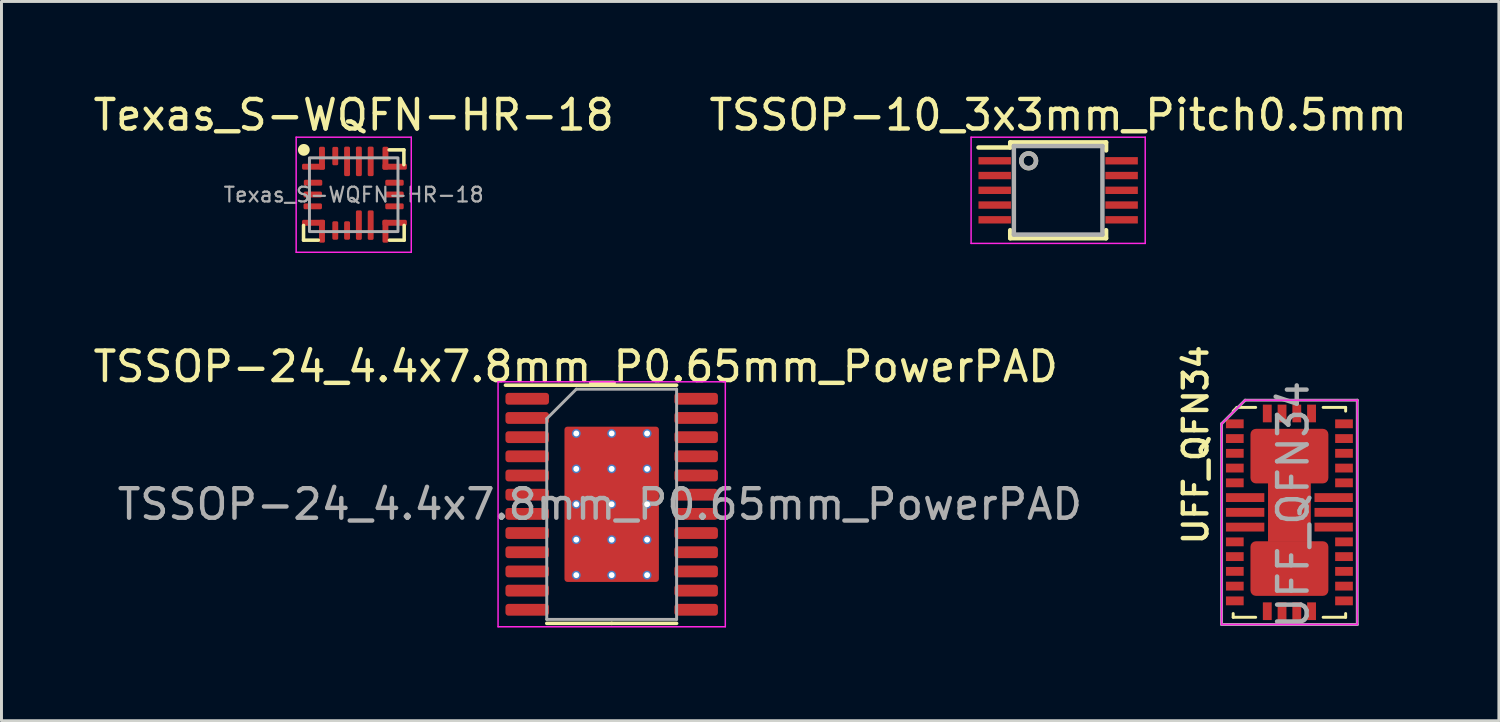
<source format=kicad_pcb>
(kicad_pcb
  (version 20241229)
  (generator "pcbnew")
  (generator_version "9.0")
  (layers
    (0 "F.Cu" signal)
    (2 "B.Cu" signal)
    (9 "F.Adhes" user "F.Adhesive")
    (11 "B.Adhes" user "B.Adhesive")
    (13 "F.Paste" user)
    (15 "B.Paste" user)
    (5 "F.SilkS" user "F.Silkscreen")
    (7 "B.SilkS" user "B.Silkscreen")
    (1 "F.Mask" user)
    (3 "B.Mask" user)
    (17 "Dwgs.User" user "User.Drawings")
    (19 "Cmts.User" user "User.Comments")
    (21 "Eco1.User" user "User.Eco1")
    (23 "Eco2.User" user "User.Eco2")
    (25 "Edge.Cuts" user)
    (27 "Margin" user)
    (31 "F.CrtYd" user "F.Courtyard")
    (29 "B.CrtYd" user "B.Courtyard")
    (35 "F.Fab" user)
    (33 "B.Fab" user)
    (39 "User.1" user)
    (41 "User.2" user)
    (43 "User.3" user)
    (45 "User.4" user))
  (footprint "UFF_QFN34"
    (layer "F.Cu")
    (at 40.64 14.31)
    (property "Reference" "UFF_QFN34" (at -3.175 -2.289 270) (layer "F.SilkS") (effects (font (size 0.8 0.8) (thickness 0.15))))
    (attr through_hole)
    (fp_line (start -1.905 3.556) (end -1.905 3.429) (stroke (width 0.1) (type solid)) (layer "F.SilkS"))
    (fp_line (start -1.778 -3.556) (end -1.905 -3.429) (stroke (width 0.1) (type solid)) (layer "F.SilkS"))
    (fp_line (start -1.143 -3.556) (end -1.778 -3.556) (stroke (width 0.1) (type solid)) (layer "F.SilkS"))
    (fp_line (start -1.143 3.556) (end -1.905 3.556) (stroke (width 0.1) (type solid)) (layer "F.SilkS"))
    (fp_line (start 1.143 -3.556) (end 1.905 -3.556) (stroke (width 0.1) (type solid)) (layer "F.SilkS"))
    (fp_line (start 1.143 3.556) (end 1.905 3.556) (stroke (width 0.1) (type solid)) (layer "F.SilkS"))
    (fp_line (start 1.905 -3.556) (end 1.905 -3.429) (stroke (width 0.1) (type solid)) (layer "F.SilkS"))
    (fp_line (start 1.905 3.556) (end 1.905 3.429) (stroke (width 0.1) (type solid)) (layer "F.SilkS"))
    (fp_line (start -2.3 -3) (end -1.5 -3.8) (stroke (width 0.05) (type solid)) (layer "F.CrtYd"))
    (fp_line (start -2.3 3.8) (end -2.3 -3) (stroke (width 0.05) (type solid)) (layer "F.CrtYd"))
    (fp_line (start -1.5 -3.8) (end 2.3 -3.8) (stroke (width 0.05) (type solid)) (layer "F.CrtYd"))
    (fp_line (start 2.3 -3.8) (end 2.3 3.8) (stroke (width 0.05) (type solid)) (layer "F.CrtYd"))
    (fp_line (start 2.3 3.8) (end -2.3 3.8) (stroke (width 0.05) (type solid)) (layer "F.CrtYd"))
    (fp_line (start -2.3 -3) (end -1.5 -3.8) (stroke (width 0.1) (type solid)) (layer "F.Fab"))
    (fp_line (start -2.3 3.8) (end -2.3 -3) (stroke (width 0.1) (type solid)) (layer "F.Fab"))
    (fp_line (start -1.5 -3.8) (end 2.3 -3.8) (stroke (width 0.1) (type solid)) (layer "F.Fab"))
    (fp_line (start 2.3 -3.8) (end 2.3 3.8) (stroke (width 0.1) (type solid)) (layer "F.Fab"))
    (fp_line (start 2.3 3.8) (end -2.3 3.8) (stroke (width 0.1) (type solid)) (layer "F.Fab"))
    (fp_text user "${REFERENCE}" (at 0.127 -0.254 270) (layer "F.Fab") (effects (font (size 1 1) (thickness 0.15))))
    (pad "1" smd rect (at -1.85 -3) (size 0.6 0.3) (layers "F.Cu" "F.Mask" "F.Paste"))
    (pad "2" smd rect (at -1.85 -2.5) (size 0.6 0.3) (layers "F.Cu" "F.Mask" "F.Paste"))
    (pad "3" smd rect (at -1.85 -2) (size 0.6 0.3) (layers "F.Cu" "F.Mask" "F.Paste"))
    (pad "4" smd rect (at -1.85 -1.5) (size 0.6 0.3) (layers "F.Cu" "F.Mask" "F.Paste"))
    (pad "5" smd rect (at -1.85 -1) (size 0.6 0.3) (layers "F.Cu" "F.Mask" "F.Paste"))
    (pad "6" smd rect (at -1.5 -0.5) (size 1.3 0.3) (layers "F.Cu" "F.Mask" "F.Paste"))
    (pad "7" smd rect (at -1.5 0) (size 1.3 0.3) (layers "F.Cu" "F.Mask" "F.Paste"))
    (pad "8" smd rect (at -1.5 0.5) (size 1.3 0.3) (layers "F.Cu" "F.Mask" "F.Paste"))
    (pad "9" smd rect (at -1.85 1) (size 0.6 0.3) (layers "F.Cu" "F.Mask" "F.Paste"))
    (pad "10" smd rect (at -1.85 1.5) (size 0.6 0.3) (layers "F.Cu" "F.Mask" "F.Paste"))
    (pad "11" smd rect (at -1.85 2) (size 0.6 0.3) (layers "F.Cu" "F.Mask" "F.Paste"))
    (pad "12" smd rect (at -1.85 2.5) (size 0.6 0.3) (layers "F.Cu" "F.Mask" "F.Paste"))
    (pad "13" smd rect (at -1.85 3) (size 0.6 0.3) (layers "F.Cu" "F.Mask" "F.Paste"))
    (pad "14" smd rect (at -0.75 3.35 90) (size 0.6 0.3) (layers "F.Cu" "F.Mask" "F.Paste"))
    (pad "15" smd rect (at -0.25 3.35 90) (size 0.6 0.3) (layers "F.Cu" "F.Mask" "F.Paste"))
    (pad "16" smd rect (at 0.25 3.35 90) (size 0.6 0.3) (layers "F.Cu" "F.Mask" "F.Paste"))
    (pad "17" smd rect (at 0.75 3.35 90) (size 0.6 0.3) (layers "F.Cu" "F.Mask" "F.Paste"))
    (pad "18" smd rect (at 1.85 3) (size 0.6 0.3) (layers "F.Cu" "F.Mask" "F.Paste"))
    (pad "19" smd rect (at 1.85 2.5) (size 0.6 0.3) (layers "F.Cu" "F.Mask" "F.Paste"))
    (pad "20" smd rect (at 1.85 2) (size 0.6 0.3) (layers "F.Cu" "F.Mask" "F.Paste"))
    (pad "21" smd rect (at 1.85 1.5) (size 0.6 0.3) (layers "F.Cu" "F.Mask" "F.Paste"))
    (pad "22" smd rect (at 1.85 1) (size 0.6 0.3) (layers "F.Cu" "F.Mask" "F.Paste"))
    (pad "23" smd rect (at 1.5 0.5) (size 1.3 0.3) (layers "F.Cu" "F.Mask" "F.Paste"))
    (pad "24" smd rect (at 1.5 0) (size 1.3 0.3) (layers "F.Cu" "F.Mask" "F.Paste"))
    (pad "25" smd rect (at 1.5 -0.5) (size 1.3 0.3) (layers "F.Cu" "F.Mask" "F.Paste"))
    (pad "26" smd rect (at 1.85 -1) (size 0.6 0.3) (layers "F.Cu" "F.Mask" "F.Paste"))
    (pad "27" smd rect (at 1.85 -1.5) (size 0.6 0.3) (layers "F.Cu" "F.Mask" "F.Paste"))
    (pad "28" smd rect (at 1.85 -2) (size 0.6 0.3) (layers "F.Cu" "F.Mask" "F.Paste"))
    (pad "29" smd rect (at 1.85 -2.5) (size 0.6 0.3) (layers "F.Cu" "F.Mask" "F.Paste"))
    (pad "30" smd rect (at 1.85 -3) (size 0.6 0.3) (layers "F.Cu" "F.Mask" "F.Paste"))
    (pad "31" smd rect (at 0.75 -3.35 90) (size 0.6 0.3) (layers "F.Cu" "F.Mask" "F.Paste"))
    (pad "32" smd rect (at 0.25 -3.35 90) (size 0.6 0.3) (layers "F.Cu" "F.Mask" "F.Paste"))
    (pad "33" smd rect (at -0.25 -3.35 90) (size 0.6 0.3) (layers "F.Cu" "F.Mask" "F.Paste"))
    (pad "34" smd rect (at -0.75 -3.35 90) (size 0.6 0.3) (layers "F.Cu" "F.Mask" "F.Paste"))
    (pad "35" smd roundrect (at 0 -1.905) (size 2.64 1.85) (layers "F.Cu" "F.Mask" "F.Paste") (roundrect_rratio 0.1))
    (pad "35" smd rect (at 0 0) (size 1.45 2) (layers "F.Cu" "F.Mask" "F.Paste"))
    (pad "35" smd roundrect (at 0 1.905) (size 2.64 1.85) (layers "F.Cu" "F.Mask" "F.Paste") (roundrect_rratio 0.1)))
  (footprint "Texas_S-WQFN-HR-18"
    (layer "F.Cu")
    (at 8.935 3.548)
    (property "Reference" "Texas_S-WQFN-HR-18" (at 0 -2.7 0) (layer "F.SilkS") (effects (font (size 1 1) (thickness 0.15))))
    (attr smd)
    (fp_line (start -1.7 1.54) (end -1.7 1.04) (stroke (width 0.12) (type solid)) (layer "F.SilkS"))
    (fp_line (start -1.2 1.54) (end -1.7 1.54) (stroke (width 0.12) (type solid)) (layer "F.SilkS"))
    (fp_line (start 1.2 -1.52) (end 1.7 -1.52) (stroke (width 0.12) (type solid)) (layer "F.SilkS"))
    (fp_line (start 1.21 1.54) (end 1.71 1.54) (stroke (width 0.12) (type solid)) (layer "F.SilkS"))
    (fp_line (start 1.7 -1.52) (end 1.7 -1.02) (stroke (width 0.12) (type solid)) (layer "F.SilkS"))
    (fp_line (start 1.71 1.54) (end 1.71 1.04) (stroke (width 0.12) (type solid)) (layer "F.SilkS"))
    (fp_circle (center -1.69 -1.52) (end -1.54 -1.52) (stroke (width 0.1) (type solid)) (fill yes) (layer "F.SilkS"))
    (fp_line (start -1.95 -1.95) (end 1.95 -1.95) (stroke (width 0.05) (type solid)) (layer "F.CrtYd"))
    (fp_line (start -1.95 1.95) (end -1.95 -1.95) (stroke (width 0.05) (type solid)) (layer "F.CrtYd"))
    (fp_line (start 1.95 -1.95) (end 1.95 1.95) (stroke (width 0.05) (type solid)) (layer "F.CrtYd"))
    (fp_line (start 1.95 1.95) (end -1.95 1.95) (stroke (width 0.05) (type solid)) (layer "F.CrtYd"))
    (fp_rect (start -1.5 -1.25) (end 1.5 1.25) (stroke (width 0.1) (type default)) (fill no) (layer "F.Fab"))
    (fp_text user "${REFERENCE}" (at 0 0 0) (layer "F.Fab") (effects (font (size 0.5 0.5) (thickness 0.075))))
    (pad "1" smd roundrect (at -0.975 -0.85 90) (size 0.2 0.775) (drill (offset 0.1 -0.388)) (layers "F.Cu" "F.Mask" "F.Paste") (roundrect_rratio 0.25))
    (pad "1" smd roundrect (at -0.975 -0.85 180) (size 0.2 0.775) (drill (offset 0.1 0.388)) (layers "F.Cu" "F.Mask" "F.Paste") (roundrect_rratio 0.25))
    (pad "2" smd roundrect (at -1.69 -0.407 90) (size 0.2 0.625) (drill (offset 0 0.312)) (layers "F.Cu" "F.Mask" "F.Paste") (roundrect_rratio 0.25))
    (pad "3" smd roundrect (at -1.7 -0.007 90) (size 0.2 0.625) (drill (offset 0 0.312)) (layers "F.Cu" "F.Mask" "F.Paste") (roundrect_rratio 0.25))
    (pad "4" smd roundrect (at -1.7 0.393 90) (size 0.2 0.625) (drill (offset 0 0.312)) (layers "F.Cu" "F.Mask" "F.Paste") (roundrect_rratio 0.25))
    (pad "5" smd roundrect (at -0.975 0.85 180) (size 0.2 0.775) (drill (offset 0.1 -0.388)) (layers "F.Cu" "F.Mask" "F.Paste") (roundrect_rratio 0.25))
    (pad "5" smd roundrect (at -0.975 0.85 270) (size 0.2 0.775) (drill (offset 0.1 0.388)) (layers "F.Cu" "F.Mask" "F.Paste") (roundrect_rratio 0.25))
    (pad "6" smd roundrect (at -0.625 0.9) (size 0.2 0.625) (drill (offset 0 0.312)) (layers "F.Cu" "F.Mask" "F.Paste") (roundrect_rratio 0.25))
    (pad "7" smd roundrect (at -0.225 0.9) (size 0.2 0.625) (drill (offset 0 0.312)) (layers "F.Cu" "F.Mask" "F.Paste") (roundrect_rratio 0.25))
    (pad "8" smd roundrect (at 0.175 0.53) (size 0.2 1) (drill (offset 0 0.5)) (layers "F.Cu" "F.Mask" "F.Paste") (roundrect_rratio 0.25))
    (pad "9" smd roundrect (at 0.575 0.53) (size 0.2 1) (drill (offset 0 0.5)) (layers "F.Cu" "F.Mask" "F.Paste") (roundrect_rratio 0.25))
    (pad "10" smd roundrect (at 0.975 0.85) (size 0.2 0.775) (drill (offset 0.1 0.388)) (layers "F.Cu" "F.Mask" "F.Paste") (roundrect_rratio 0.25))
    (pad "10" smd roundrect (at 1 0.85 270) (size 0.2 0.825) (drill (offset 0.1 -0.388)) (layers "F.Cu" "F.Mask" "F.Paste") (roundrect_rratio 0.25))
    (pad "11" smd roundrect (at 1.07 0.393 90) (size 0.2 0.625) (drill (offset 0 0.312)) (layers "F.Cu" "F.Mask" "F.Paste") (roundrect_rratio 0.25))
    (pad "12" smd roundrect (at 1.07 -0.007 90) (size 0.2 0.625) (drill (offset 0 0.312)) (layers "F.Cu" "F.Mask" "F.Paste") (roundrect_rratio 0.25))
    (pad "13" smd roundrect (at 1.07 -0.407 90) (size 0.2 0.625) (drill (offset 0 0.312)) (layers "F.Cu" "F.Mask" "F.Paste") (roundrect_rratio 0.25))
    (pad "14" smd roundrect (at 0.975 -0.85) (size 0.2 0.775) (drill (offset 0.1 -0.388)) (layers "F.Cu" "F.Mask" "F.Paste") (roundrect_rratio 0.25))
    (pad "14" smd roundrect (at 1 -0.85 90) (size 0.2 0.825) (drill (offset 0.1 0.388)) (layers "F.Cu" "F.Mask" "F.Paste") (roundrect_rratio 0.25))
    (pad "15" smd roundrect (at 0.575 -1.13) (size 0.2 1) (layers "F.Cu" "F.Mask" "F.Paste") (roundrect_rratio 0.25))
    (pad "16" smd roundrect (at 0.175 -1.13) (size 0.2 1) (layers "F.Cu" "F.Mask" "F.Paste") (roundrect_rratio 0.25))
    (pad "17" smd roundrect (at -0.225 -1.13) (size 0.2 1) (layers "F.Cu" "F.Mask" "F.Paste") (roundrect_rratio 0.25))
    (pad "18" smd roundrect (at -0.625 -1.31) (size 0.2 0.625) (layers "F.Cu" "F.Mask" "F.Paste") (roundrect_rratio 0.25)))
  (footprint "TSSOP-10_3x3mm_Pitch0.5mm"
    (placed yes)
    (layer "F.Cu")
    (at 32.804 3.398)
    (property "Reference" "TSSOP-10_3x3mm_Pitch0.5mm" (at 0 -2.55 0) (layer "F.SilkS") (effects (font (size 1 1) (thickness 0.15))))
    (attr smd)
    (fp_line (start -1.625 -1.625) (end -1.625 -1.45) (stroke (width 0.15) (type solid)) (layer "F.SilkS"))
    (fp_line (start -1.625 -1.625) (end 1.625 -1.625) (stroke (width 0.15) (type solid)) (layer "F.SilkS"))
    (fp_line (start -1.625 -1.45) (end -2.7 -1.45) (stroke (width 0.15) (type solid)) (layer "F.SilkS"))
    (fp_line (start -1.625 1.625) (end -1.625 1.35) (stroke (width 0.15) (type solid)) (layer "F.SilkS"))
    (fp_line (start -1.625 1.625) (end 1.625 1.625) (stroke (width 0.15) (type solid)) (layer "F.SilkS"))
    (fp_line (start 1.625 -1.625) (end 1.625 -1.35) (stroke (width 0.15) (type solid)) (layer "F.SilkS"))
    (fp_line (start 1.625 1.625) (end 1.625 1.35) (stroke (width 0.15) (type solid)) (layer "F.SilkS"))
    (fp_circle (center -1 -1) (end -1.25 -1) (stroke (width 0.15) (type solid)) (fill no) (layer "F.SilkS"))
    (fp_line (start -2.95 -1.8) (end -2.95 1.8) (stroke (width 0.05) (type solid)) (layer "F.CrtYd"))
    (fp_line (start -2.95 -1.8) (end 2.95 -1.8) (stroke (width 0.05) (type solid)) (layer "F.CrtYd"))
    (fp_line (start -2.95 1.8) (end 2.95 1.8) (stroke (width 0.05) (type solid)) (layer "F.CrtYd"))
    (fp_line (start 2.95 -1.8) (end 2.95 1.8) (stroke (width 0.05) (type solid)) (layer "F.CrtYd"))
    (fp_line (start -1.5 -1.5) (end -1.5 1.5) (stroke (width 0.15) (type solid)) (layer "F.Fab"))
    (fp_line (start -1.5 1.5) (end 1.5 1.5) (stroke (width 0.15) (type solid)) (layer "F.Fab"))
    (fp_line (start 1.5 -1.5) (end -1.5 -1.5) (stroke (width 0.15) (type solid)) (layer "F.Fab"))
    (fp_line (start 1.5 1.5) (end 1.5 -1.5) (stroke (width 0.15) (type solid)) (layer "F.Fab"))
    (fp_circle (center -1 -1) (end -0.75 -1) (stroke (width 0.15) (type solid)) (fill no) (layer "F.Fab"))
    (pad "1" smd rect (at -2.15 -1) (size 1.1 0.25) (layers "F.Cu" "F.Mask" "F.Paste"))
    (pad "2" smd rect (at -2.15 -0.5) (size 1.1 0.25) (layers "F.Cu" "F.Mask" "F.Paste"))
    (pad "3" smd rect (at -2.15 0) (size 1.1 0.25) (layers "F.Cu" "F.Mask" "F.Paste"))
    (pad "4" smd rect (at -2.15 0.5) (size 1.1 0.25) (layers "F.Cu" "F.Mask" "F.Paste"))
    (pad "5" smd rect (at -2.15 1) (size 1.1 0.25) (layers "F.Cu" "F.Mask" "F.Paste"))
    (pad "6" smd rect (at 2.15 1) (size 1.1 0.25) (layers "F.Cu" "F.Mask" "F.Paste"))
    (pad "7" smd rect (at 2.15 0.5) (size 1.1 0.25) (layers "F.Cu" "F.Mask" "F.Paste"))
    (pad "8" smd rect (at 2.15 0) (size 1.1 0.25) (layers "F.Cu" "F.Mask" "F.Paste"))
    (pad "9" smd rect (at 2.15 -0.5) (size 1.1 0.25) (layers "F.Cu" "F.Mask" "F.Paste"))
    (pad "10" smd rect (at 2.15 -1) (size 1.1 0.25) (layers "F.Cu" "F.Mask" "F.Paste")))
  (footprint "TSSOP-24_4.4x7.8mm_P0.65mm_PowerPAD"
    (layer "F.Cu")
    (at 17.676 14.037)
    (property "Reference" "TSSOP-24_4.4x7.8mm_P0.65mm_PowerPAD" (at -1.218 -4.665 0) (layer "F.SilkS") (effects (font (size 1 1) (thickness 0.15))))
    (attr smd)
    (fp_line (start 0 -4.035) (end -3.6 -4.035) (stroke (width 0.12) (type solid)) (layer "F.SilkS"))
    (fp_line (start 0 -4.035) (end 2.2 -4.035) (stroke (width 0.12) (type solid)) (layer "F.SilkS"))
    (fp_line (start 0 4.035) (end -2.2 4.035) (stroke (width 0.12) (type solid)) (layer "F.SilkS"))
    (fp_line (start 0 4.035) (end 2.2 4.035) (stroke (width 0.12) (type solid)) (layer "F.SilkS"))
    (fp_line (start -3.85 -4.15) (end -3.85 4.15) (stroke (width 0.05) (type solid)) (layer "F.CrtYd"))
    (fp_line (start -3.85 4.15) (end 3.85 4.15) (stroke (width 0.05) (type solid)) (layer "F.CrtYd"))
    (fp_line (start 3.85 -4.15) (end -3.85 -4.15) (stroke (width 0.05) (type solid)) (layer "F.CrtYd"))
    (fp_line (start 3.85 4.15) (end 3.85 -4.15) (stroke (width 0.05) (type solid)) (layer "F.CrtYd"))
    (fp_line (start -2.2 -2.9) (end -1.2 -3.9) (stroke (width 0.1) (type solid)) (layer "F.Fab"))
    (fp_line (start -2.2 3.9) (end -2.2 -2.9) (stroke (width 0.1) (type solid)) (layer "F.Fab"))
    (fp_line (start -1.2 -3.9) (end 2.2 -3.9) (stroke (width 0.1) (type solid)) (layer "F.Fab"))
    (fp_line (start 2.2 -3.9) (end 2.2 3.9) (stroke (width 0.1) (type solid)) (layer "F.Fab"))
    (fp_line (start 2.2 3.9) (end -2.2 3.9) (stroke (width 0.1) (type solid)) (layer "F.Fab"))
    (fp_text user "${REFERENCE}" (at -0.4 0 0) (layer "F.Fab") (effects (font (size 1 1) (thickness 0.15))))
    (pad "1" smd roundrect (at -2.862 -3.575) (size 1.475 0.4) (layers "F.Cu" "F.Mask" "F.Paste") (roundrect_rratio 0.25))
    (pad "2" smd roundrect (at -2.862 -2.925) (size 1.475 0.4) (layers "F.Cu" "F.Mask" "F.Paste") (roundrect_rratio 0.25))
    (pad "3" smd roundrect (at -2.862 -2.275) (size 1.475 0.4) (layers "F.Cu" "F.Mask" "F.Paste") (roundrect_rratio 0.25))
    (pad "4" smd roundrect (at -2.862 -1.625) (size 1.475 0.4) (layers "F.Cu" "F.Mask" "F.Paste") (roundrect_rratio 0.25))
    (pad "5" smd roundrect (at -2.862 -0.975) (size 1.475 0.4) (layers "F.Cu" "F.Mask" "F.Paste") (roundrect_rratio 0.25))
    (pad "6" smd roundrect (at -2.862 -0.325) (size 1.475 0.4) (layers "F.Cu" "F.Mask" "F.Paste") (roundrect_rratio 0.25))
    (pad "7" smd roundrect (at -2.862 0.325) (size 1.475 0.4) (layers "F.Cu" "F.Mask" "F.Paste") (roundrect_rratio 0.25))
    (pad "8" smd roundrect (at -2.862 0.975) (size 1.475 0.4) (layers "F.Cu" "F.Mask" "F.Paste") (roundrect_rratio 0.25))
    (pad "9" smd roundrect (at -2.862 1.625) (size 1.475 0.4) (layers "F.Cu" "F.Mask" "F.Paste") (roundrect_rratio 0.25))
    (pad "10" smd roundrect (at -2.862 2.275) (size 1.475 0.4) (layers "F.Cu" "F.Mask" "F.Paste") (roundrect_rratio 0.25))
    (pad "11" smd roundrect (at -2.862 2.925) (size 1.475 0.4) (layers "F.Cu" "F.Mask" "F.Paste") (roundrect_rratio 0.25))
    (pad "12" smd roundrect (at -2.862 3.575) (size 1.475 0.4) (layers "F.Cu" "F.Mask" "F.Paste") (roundrect_rratio 0.25))
    (pad "13" smd roundrect (at 2.862 3.575) (size 1.475 0.4) (layers "F.Cu" "F.Mask" "F.Paste") (roundrect_rratio 0.25))
    (pad "14" smd roundrect (at 2.862 2.925) (size 1.475 0.4) (layers "F.Cu" "F.Mask" "F.Paste") (roundrect_rratio 0.25))
    (pad "15" smd roundrect (at 2.862 2.275) (size 1.475 0.4) (layers "F.Cu" "F.Mask" "F.Paste") (roundrect_rratio 0.25))
    (pad "16" smd roundrect (at 2.862 1.625) (size 1.475 0.4) (layers "F.Cu" "F.Mask" "F.Paste") (roundrect_rratio 0.25))
    (pad "17" smd roundrect (at 2.862 0.975) (size 1.475 0.4) (layers "F.Cu" "F.Mask" "F.Paste") (roundrect_rratio 0.25))
    (pad "18" smd roundrect (at 2.862 0.325) (size 1.475 0.4) (layers "F.Cu" "F.Mask" "F.Paste") (roundrect_rratio 0.25))
    (pad "19" smd roundrect (at 2.862 -0.325) (size 1.475 0.4) (layers "F.Cu" "F.Mask" "F.Paste") (roundrect_rratio 0.25))
    (pad "20" smd roundrect (at 2.862 -0.975) (size 1.475 0.4) (layers "F.Cu" "F.Mask" "F.Paste") (roundrect_rratio 0.25))
    (pad "21" smd roundrect (at 2.862 -1.625) (size 1.475 0.4) (layers "F.Cu" "F.Mask" "F.Paste") (roundrect_rratio 0.25))
    (pad "22" smd roundrect (at 2.862 -2.275) (size 1.475 0.4) (layers "F.Cu" "F.Mask" "F.Paste") (roundrect_rratio 0.25))
    (pad "23" smd roundrect (at 2.862 -2.925) (size 1.475 0.4) (layers "F.Cu" "F.Mask" "F.Paste") (roundrect_rratio 0.25))
    (pad "24" smd roundrect (at 2.862 -3.575) (size 1.475 0.4) (layers "F.Cu" "F.Mask" "F.Paste") (roundrect_rratio 0.25))
    (pad "25" thru_hole circle (at -1.2 -2.4) (size 0.3 0.3) (drill 0.2) (layers "*.Cu" "*.Mask"))
    (pad "25" thru_hole circle (at -1.2 -1.2) (size 0.3 0.3) (drill 0.2) (layers "*.Cu" "*.Mask"))
    (pad "25" thru_hole circle (at -1.2 0) (size 0.3 0.3) (drill 0.2) (layers "*.Cu" "*.Mask"))
    (pad "25" thru_hole circle (at -1.2 1.2) (size 0.3 0.3) (drill 0.2) (layers "*.Cu" "*.Mask"))
    (pad "25" thru_hole circle (at -1.2 2.4) (size 0.3 0.3) (drill 0.2) (layers "*.Cu" "*.Mask"))
    (pad "25" thru_hole circle (at 0 -2.4) (size 0.3 0.3) (drill 0.2) (layers "*.Cu" "*.Mask"))
    (pad "25" thru_hole circle (at 0 -1.2) (size 0.3 0.3) (drill 0.2) (layers "*.Cu" "*.Mask"))
    (pad "25" thru_hole circle (at 0 0) (size 0.3 0.3) (drill 0.2) (layers "*.Cu" "*.Mask"))
    (pad "25" smd roundrect (at 0 0) (size 3.2 5.26) (layers "F.Cu" "F.Mask" "F.Paste") (roundrect_rratio 0.031))
    (pad "25" thru_hole circle (at 0 1.2) (size 0.3 0.3) (drill 0.2) (layers "*.Cu" "*.Mask"))
    (pad "25" thru_hole circle (at 0 2.4) (size 0.3 0.3) (drill 0.2) (layers "*.Cu" "*.Mask"))
    (pad "25" thru_hole circle (at 1.2 -2.4) (size 0.3 0.3) (drill 0.2) (layers "*.Cu" "*.Mask"))
    (pad "25" thru_hole circle (at 1.2 -1.2) (size 0.3 0.3) (drill 0.2) (layers "*.Cu" "*.Mask"))
    (pad "25" thru_hole circle (at 1.2 0) (size 0.3 0.3) (drill 0.2) (layers "*.Cu" "*.Mask"))
    (pad "25" thru_hole circle (at 1.2 1.2) (size 0.3 0.3) (drill 0.2) (layers "*.Cu" "*.Mask"))
    (pad "25" thru_hole circle (at 1.2 2.4) (size 0.3 0.3) (drill 0.2) (layers "*.Cu" "*.Mask")))
  (gr_rect
    (start -3 -3)
    (end 47.738 21.371)
    (stroke (width 0.1) (type default))
    (fill no)
    (layer "Edge.Cuts")))
</source>
